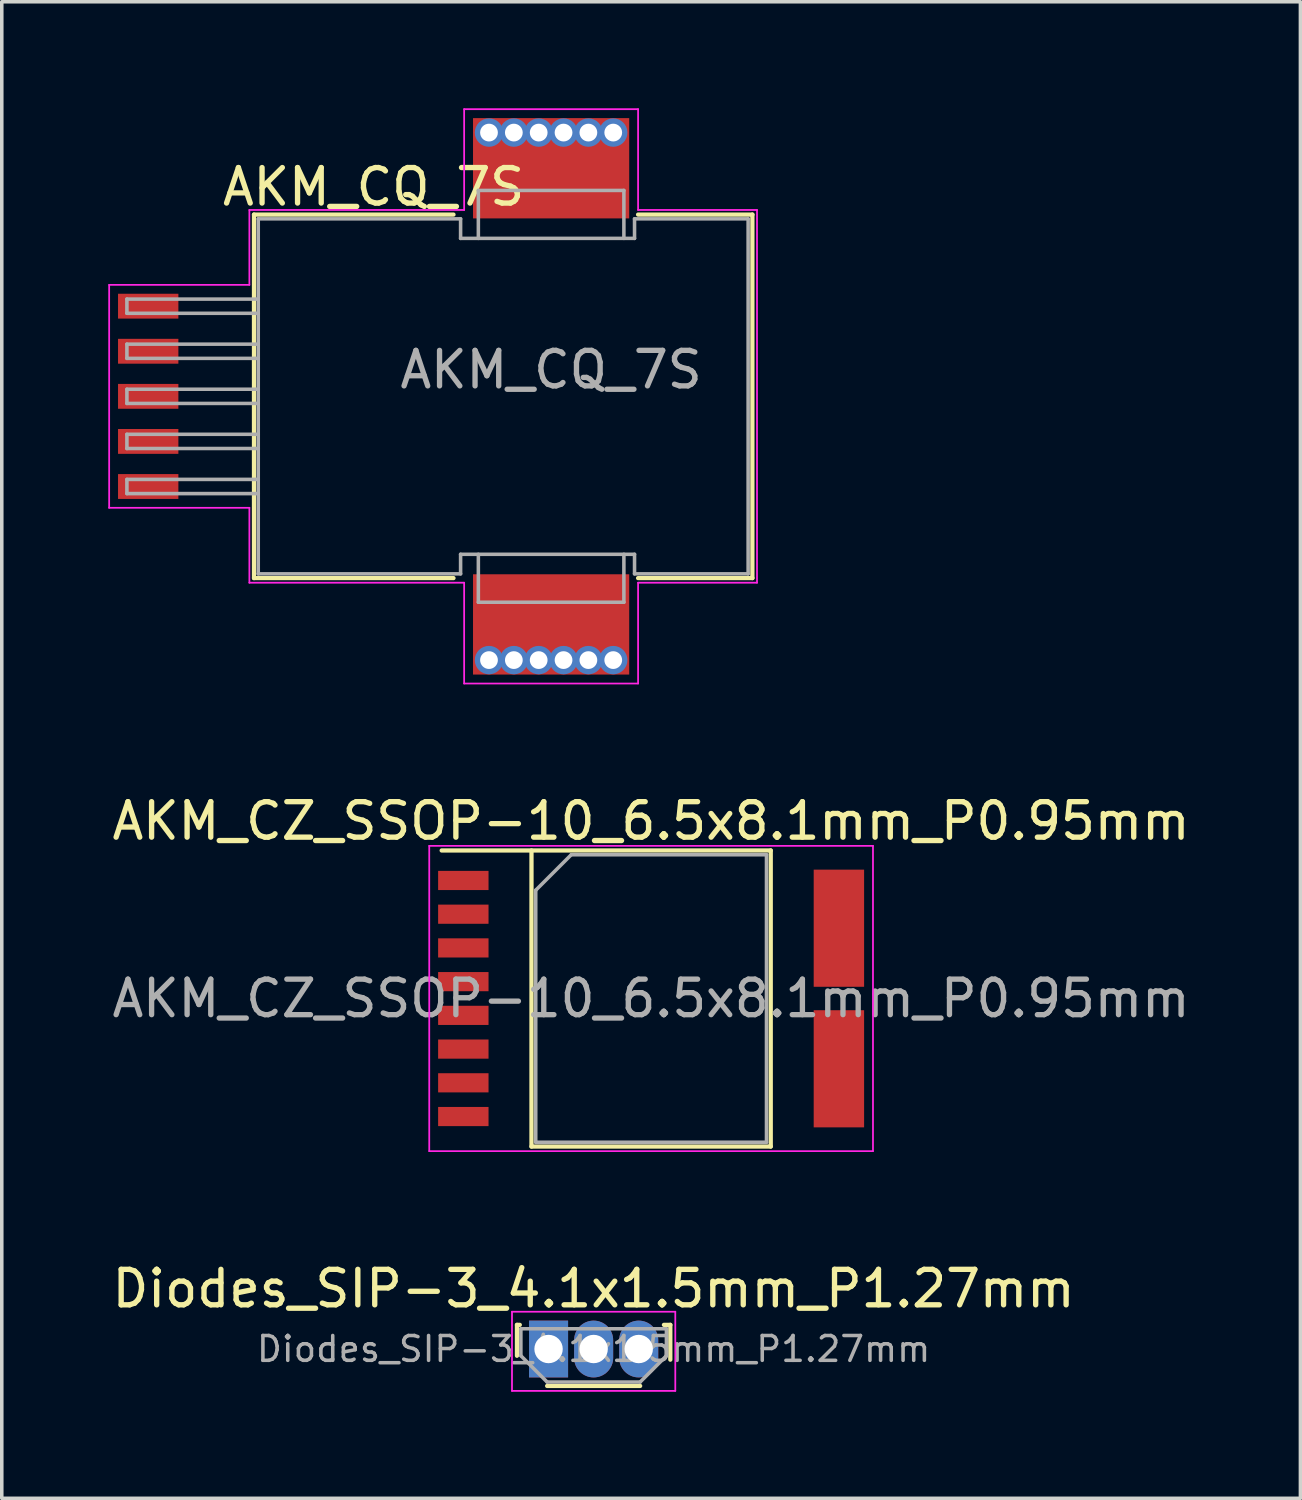
<source format=kicad_pcb>
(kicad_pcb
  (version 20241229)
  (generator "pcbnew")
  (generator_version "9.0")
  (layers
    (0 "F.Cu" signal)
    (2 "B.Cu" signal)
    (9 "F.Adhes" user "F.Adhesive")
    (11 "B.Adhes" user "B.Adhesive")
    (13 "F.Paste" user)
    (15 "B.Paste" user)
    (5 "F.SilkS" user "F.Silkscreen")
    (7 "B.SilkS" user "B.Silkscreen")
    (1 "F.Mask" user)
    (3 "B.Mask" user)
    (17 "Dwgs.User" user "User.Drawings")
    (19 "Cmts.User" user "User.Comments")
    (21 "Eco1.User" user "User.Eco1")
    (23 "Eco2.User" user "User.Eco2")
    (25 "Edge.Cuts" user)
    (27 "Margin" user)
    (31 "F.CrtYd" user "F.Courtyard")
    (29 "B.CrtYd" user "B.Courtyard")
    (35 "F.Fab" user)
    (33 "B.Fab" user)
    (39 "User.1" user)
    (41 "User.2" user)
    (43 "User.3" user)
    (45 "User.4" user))
  (footprint "AKM_CZ_SSOP-10_6.5x8.1mm_P0.95mm"
    (layer "F.Cu")
    (at 15.292 25.078)
    (property "Reference" "AKM_CZ_SSOP-10_6.5x8.1mm_P0.95mm" (at 0 -5 0) (layer "F.SilkS") (effects (font (size 1 1) (thickness 0.15))))
    (attr smd)
    (fp_line (start -3.37 4.17) (end -3.37 -4.17) (stroke (width 0.12) (type solid)) (layer "F.SilkS"))
    (fp_line (start 3.37 -4.17) (end -5.9 -4.17) (stroke (width 0.12) (type solid)) (layer "F.SilkS"))
    (fp_line (start 3.37 -4.17) (end 3.37 4.17) (stroke (width 0.12) (type solid)) (layer "F.SilkS"))
    (fp_line (start 3.37 4.17) (end -3.37 4.17) (stroke (width 0.12) (type solid)) (layer "F.SilkS"))
    (fp_line (start -6.25 -4.3) (end 6.25 -4.3) (stroke (width 0.05) (type solid)) (layer "F.CrtYd"))
    (fp_line (start -6.25 4.3) (end -6.25 -4.3) (stroke (width 0.05) (type solid)) (layer "F.CrtYd"))
    (fp_line (start 6.25 -4.3) (end 6.25 4.3) (stroke (width 0.05) (type solid)) (layer "F.CrtYd"))
    (fp_line (start 6.25 4.3) (end -6.25 4.3) (stroke (width 0.05) (type solid)) (layer "F.CrtYd"))
    (fp_line (start -3.25 -3.05) (end -2.25 -4.05) (stroke (width 0.1) (type solid)) (layer "F.Fab"))
    (fp_line (start -3.25 4.05) (end -3.25 -3.05) (stroke (width 0.1) (type solid)) (layer "F.Fab"))
    (fp_line (start -2.25 -4.05) (end 3.25 -4.05) (stroke (width 0.1) (type solid)) (layer "F.Fab"))
    (fp_line (start 3.25 -4.05) (end 3.25 4.05) (stroke (width 0.1) (type solid)) (layer "F.Fab"))
    (fp_line (start 3.25 4.05) (end -3.25 4.05) (stroke (width 0.1) (type solid)) (layer "F.Fab"))
    (fp_text user "${REFERENCE}" (at 0 0 0) (layer "F.Fab") (effects (font (size 1 1) (thickness 0.15))))
    (pad "1" smd rect (at -5.29 -3.325) (size 1.42 0.54) (layers "F.Cu" "F.Mask" "F.Paste"))
    (pad "2" smd rect (at -5.29 -2.375) (size 1.42 0.54) (layers "F.Cu" "F.Mask" "F.Paste"))
    (pad "3" smd rect (at -5.29 -1.425) (size 1.42 0.54) (layers "F.Cu" "F.Mask" "F.Paste"))
    (pad "4" smd rect (at -5.29 -0.475) (size 1.42 0.54) (layers "F.Cu" "F.Mask" "F.Paste"))
    (pad "5" smd rect (at -5.29 0.475) (size 1.42 0.54) (layers "F.Cu" "F.Mask" "F.Paste"))
    (pad "6" smd rect (at -5.29 1.425) (size 1.42 0.54) (layers "F.Cu" "F.Mask" "F.Paste"))
    (pad "7" smd rect (at -5.29 2.375) (size 1.42 0.54) (layers "F.Cu" "F.Mask" "F.Paste"))
    (pad "8" smd rect (at -5.29 3.325) (size 1.42 0.54) (layers "F.Cu" "F.Mask" "F.Paste"))
    (pad "9" smd rect (at 5.29 1.98) (size 1.42 3.3) (layers "F.Cu" "F.Mask" "F.Paste"))
    (pad "10" smd rect (at 5.29 -1.98) (size 1.42 3.3) (layers "F.Cu" "F.Mask" "F.Paste")))
  (footprint "AKM_CQ_7S"
    (layer "F.Cu")
    (at 7.475 8.115)
    (property "Reference" "AKM_CQ_7S" (at 0 -5.9 0) (layer "F.SilkS") (effects (font (size 1 1) (thickness 0.15))))
    (attr smd)
    (fp_line (start -3.37 -5.12) (end -3.37 5.12) (stroke (width 0.12) (type solid)) (layer "F.SilkS"))
    (fp_line (start 2.25 -5.12) (end -3.37 -5.12) (stroke (width 0.12) (type solid)) (layer "F.SilkS"))
    (fp_line (start 2.25 5.12) (end -3.37 5.12) (stroke (width 0.12) (type solid)) (layer "F.SilkS"))
    (fp_line (start 10.67 -5.12) (end 7.45 -5.12) (stroke (width 0.12) (type solid)) (layer "F.SilkS"))
    (fp_line (start 10.67 5.12) (end 7.45 5.12) (stroke (width 0.12) (type solid)) (layer "F.SilkS"))
    (fp_line (start 10.67 5.12) (end 10.67 -5.12) (stroke (width 0.12) (type solid)) (layer "F.SilkS"))
    (fp_line (start -7.45 -3.14) (end -7.45 3.14) (stroke (width 0.05) (type solid)) (layer "F.CrtYd"))
    (fp_line (start -7.45 -3.14) (end -3.5 -3.14) (stroke (width 0.05) (type solid)) (layer "F.CrtYd"))
    (fp_line (start -7.45 3.14) (end -3.5 3.14) (stroke (width 0.05) (type solid)) (layer "F.CrtYd"))
    (fp_line (start -3.5 -5.25) (end 2.55 -5.25) (stroke (width 0.05) (type solid)) (layer "F.CrtYd"))
    (fp_line (start -3.5 -3.14) (end -3.5 -5.25) (stroke (width 0.05) (type solid)) (layer "F.CrtYd"))
    (fp_line (start -3.5 3.14) (end -3.5 5.25) (stroke (width 0.05) (type solid)) (layer "F.CrtYd"))
    (fp_line (start -3.5 5.25) (end 2.55 5.25) (stroke (width 0.05) (type solid)) (layer "F.CrtYd"))
    (fp_line (start 2.55 -5.25) (end 2.55 -8.09) (stroke (width 0.05) (type solid)) (layer "F.CrtYd"))
    (fp_line (start 2.55 5.25) (end 2.55 8.09) (stroke (width 0.05) (type solid)) (layer "F.CrtYd"))
    (fp_line (start 7.45 -8.09) (end 2.55 -8.09) (stroke (width 0.05) (type solid)) (layer "F.CrtYd"))
    (fp_line (start 7.45 -5.25) (end 7.45 -8.09) (stroke (width 0.05) (type solid)) (layer "F.CrtYd"))
    (fp_line (start 7.45 5.25) (end 7.45 8.09) (stroke (width 0.05) (type solid)) (layer "F.CrtYd"))
    (fp_line (start 7.45 8.09) (end 2.55 8.09) (stroke (width 0.05) (type solid)) (layer "F.CrtYd"))
    (fp_line (start 10.8 -5.25) (end 7.45 -5.25) (stroke (width 0.05) (type solid)) (layer "F.CrtYd"))
    (fp_line (start 10.8 5.25) (end 7.45 5.25) (stroke (width 0.05) (type solid)) (layer "F.CrtYd"))
    (fp_line (start 10.8 5.25) (end 10.8 -5.25) (stroke (width 0.05) (type solid)) (layer "F.CrtYd"))
    (fp_line (start -6.95 -2.74) (end -6.95 -2.34) (stroke (width 0.1) (type solid)) (layer "F.Fab"))
    (fp_line (start -6.95 -2.34) (end -3.25 -2.34) (stroke (width 0.1) (type solid)) (layer "F.Fab"))
    (fp_line (start -6.95 -1.47) (end -6.95 -1.07) (stroke (width 0.1) (type solid)) (layer "F.Fab"))
    (fp_line (start -6.95 -1.07) (end -3.25 -1.07) (stroke (width 0.1) (type solid)) (layer "F.Fab"))
    (fp_line (start -6.95 -0.2) (end -6.95 0.2) (stroke (width 0.1) (type solid)) (layer "F.Fab"))
    (fp_line (start -6.95 0.2) (end -3.25 0.2) (stroke (width 0.1) (type solid)) (layer "F.Fab"))
    (fp_line (start -6.95 1.07) (end -6.95 1.47) (stroke (width 0.1) (type solid)) (layer "F.Fab"))
    (fp_line (start -6.95 1.47) (end -3.25 1.47) (stroke (width 0.1) (type solid)) (layer "F.Fab"))
    (fp_line (start -6.95 2.34) (end -6.95 2.74) (stroke (width 0.1) (type solid)) (layer "F.Fab"))
    (fp_line (start -6.95 2.74) (end -3.25 2.74) (stroke (width 0.1) (type solid)) (layer "F.Fab"))
    (fp_line (start -3.25 -5) (end -3.25 5) (stroke (width 0.1) (type solid)) (layer "F.Fab"))
    (fp_line (start -3.25 -2.74) (end -6.95 -2.74) (stroke (width 0.1) (type solid)) (layer "F.Fab"))
    (fp_line (start -3.25 -1.47) (end -6.95 -1.47) (stroke (width 0.1) (type solid)) (layer "F.Fab"))
    (fp_line (start -3.25 -0.2) (end -6.95 -0.2) (stroke (width 0.1) (type solid)) (layer "F.Fab"))
    (fp_line (start -3.25 1.07) (end -6.95 1.07) (stroke (width 0.1) (type solid)) (layer "F.Fab"))
    (fp_line (start -3.25 2.34) (end -6.95 2.34) (stroke (width 0.1) (type solid)) (layer "F.Fab"))
    (fp_line (start 2.45 -5) (end -3.25 -5) (stroke (width 0.1) (type solid)) (layer "F.Fab"))
    (fp_line (start 2.45 -5) (end 2.45 -4.45) (stroke (width 0.1) (type solid)) (layer "F.Fab"))
    (fp_line (start 2.45 5) (end -3.25 5) (stroke (width 0.1) (type solid)) (layer "F.Fab"))
    (fp_line (start 2.45 5) (end 2.45 4.45) (stroke (width 0.1) (type solid)) (layer "F.Fab"))
    (fp_line (start 2.95 -5.8) (end 2.95 -4.45) (stroke (width 0.1) (type solid)) (layer "F.Fab"))
    (fp_line (start 2.95 5.8) (end 2.95 4.45) (stroke (width 0.1) (type solid)) (layer "F.Fab"))
    (fp_line (start 7.05 -5.8) (end 2.95 -5.8) (stroke (width 0.1) (type solid)) (layer "F.Fab"))
    (fp_line (start 7.05 -4.45) (end 7.05 -5.8) (stroke (width 0.1) (type solid)) (layer "F.Fab"))
    (fp_line (start 7.05 4.45) (end 7.05 5.8) (stroke (width 0.1) (type solid)) (layer "F.Fab"))
    (fp_line (start 7.05 5.8) (end 2.95 5.8) (stroke (width 0.1) (type solid)) (layer "F.Fab"))
    (fp_line (start 7.35 -5) (end 7.35 -4.45) (stroke (width 0.1) (type solid)) (layer "F.Fab"))
    (fp_line (start 7.35 -4.45) (end 2.45 -4.45) (stroke (width 0.1) (type solid)) (layer "F.Fab"))
    (fp_line (start 7.35 4.45) (end 2.45 4.45) (stroke (width 0.1) (type solid)) (layer "F.Fab"))
    (fp_line (start 7.35 5) (end 7.35 4.45) (stroke (width 0.1) (type solid)) (layer "F.Fab"))
    (fp_line (start 10.55 -5) (end 7.35 -5) (stroke (width 0.1) (type solid)) (layer "F.Fab"))
    (fp_line (start 10.55 5) (end 7.35 5) (stroke (width 0.1) (type solid)) (layer "F.Fab"))
    (fp_line (start 10.55 5) (end 10.55 -5) (stroke (width 0.1) (type solid)) (layer "F.Fab"))
    (fp_text user "${REFERENCE}" (at 5 -0.75 0) (layer "F.Fab") (effects (font (size 1 1) (thickness 0.15))))
    (pad "1" smd rect (at -6.35 -2.54) (size 1.7 0.7) (layers "F.Cu" "F.Mask" "F.Paste"))
    (pad "2" smd rect (at -6.35 -1.27) (size 1.7 0.7) (layers "F.Cu" "F.Mask" "F.Paste"))
    (pad "3" smd rect (at -6.35 0) (size 1.7 0.7) (layers "F.Cu" "F.Mask" "F.Paste"))
    (pad "4" smd rect (at -6.35 1.27) (size 1.7 0.7) (layers "F.Cu" "F.Mask" "F.Paste"))
    (pad "5" smd rect (at -6.35 2.54) (size 1.7 0.7) (layers "F.Cu" "F.Mask" "F.Paste"))
    (pad "6" thru_hole circle (at 3.25 7.43) (size 0.8 0.8) (drill 0.5) (layers "*.Cu" "*.Mask"))
    (pad "6" thru_hole circle (at 3.95 7.43) (size 0.8 0.8) (drill 0.5) (layers "*.Cu" "*.Mask"))
    (pad "6" thru_hole circle (at 4.65 7.43) (size 0.8 0.8) (drill 0.5) (layers "*.Cu" "*.Mask"))
    (pad "6" smd rect (at 5 6.425) (size 4.4 2.825) (layers "F.Cu" "F.Mask" "F.Paste"))
    (pad "6" thru_hole circle (at 5.35 7.43) (size 0.8 0.8) (drill 0.5) (layers "*.Cu" "*.Mask"))
    (pad "6" thru_hole circle (at 6.05 7.43) (size 0.8 0.8) (drill 0.5) (layers "*.Cu" "*.Mask"))
    (pad "6" thru_hole circle (at 6.75 7.43) (size 0.8 0.8) (drill 0.5) (layers "*.Cu" "*.Mask"))
    (pad "7" thru_hole circle (at 3.25 -7.43) (size 0.8 0.8) (drill 0.5) (layers "*.Cu" "*.Mask"))
    (pad "7" thru_hole circle (at 3.95 -7.43) (size 0.8 0.8) (drill 0.5) (layers "*.Cu" "*.Mask"))
    (pad "7" thru_hole circle (at 4.65 -7.43) (size 0.8 0.8) (drill 0.5) (layers "*.Cu" "*.Mask"))
    (pad "7" smd rect (at 5 -6.425) (size 4.4 2.825) (layers "F.Cu" "F.Mask" "F.Paste"))
    (pad "7" thru_hole circle (at 5.35 -7.43) (size 0.8 0.8) (drill 0.5) (layers "*.Cu" "*.Mask"))
    (pad "7" thru_hole circle (at 6.05 -7.43) (size 0.8 0.8) (drill 0.5) (layers "*.Cu" "*.Mask"))
    (pad "7" thru_hole circle (at 6.75 -7.43) (size 0.8 0.8) (drill 0.5) (layers "*.Cu" "*.Mask")))
  (footprint "Diodes_SIP-3_4.1x1.5mm_P1.27mm"
    (layer "F.Cu")
    (at 12.403 34.952)
    (property "Reference" "Diodes_SIP-3_4.1x1.5mm_P1.27mm" (at 1.27 -1.7 0) (layer "F.SilkS") (effects (font (size 1 1) (thickness 0.15))))
    (attr through_hole)
    (fp_line (start -0.89 -0.68) (end -0.89 0.19) (stroke (width 0.12) (type solid)) (layer "F.SilkS"))
    (fp_line (start -0.81 -0.68) (end -0.89 -0.68) (stroke (width 0.12) (type solid)) (layer "F.SilkS"))
    (fp_line (start -0.04 1.04) (end 2.58 1.04) (stroke (width 0.12) (type solid)) (layer "F.SilkS"))
    (fp_line (start 3.25 -0.68) (end 3.43 -0.68) (stroke (width 0.12) (type solid)) (layer "F.SilkS"))
    (fp_line (start 3.43 -0.68) (end 3.43 0.3) (stroke (width 0.12) (type solid)) (layer "F.SilkS"))
    (fp_line (start -1.03 -1.05) (end -1.03 1.18) (stroke (width 0.05) (type solid)) (layer "F.CrtYd"))
    (fp_line (start -1.03 1.18) (end 3.57 1.18) (stroke (width 0.05) (type solid)) (layer "F.CrtYd"))
    (fp_line (start 3.57 -1.05) (end -1.03 -1.05) (stroke (width 0.05) (type solid)) (layer "F.CrtYd"))
    (fp_line (start 3.57 -1.05) (end 3.57 1.18) (stroke (width 0.05) (type solid)) (layer "F.CrtYd"))
    (fp_line (start -0.78 -0.57) (end -0.78 0.19) (stroke (width 0.1) (type solid)) (layer "F.Fab"))
    (fp_line (start -0.78 -0.57) (end 3.32 -0.57) (stroke (width 0.1) (type solid)) (layer "F.Fab"))
    (fp_line (start -0.78 0.19) (end -0.04 0.93) (stroke (width 0.1) (type solid)) (layer "F.Fab"))
    (fp_line (start -0.04 0.93) (end 2.58 0.93) (stroke (width 0.1) (type solid)) (layer "F.Fab"))
    (fp_line (start 3.32 -0.57) (end 3.32 0.19) (stroke (width 0.1) (type solid)) (layer "F.Fab"))
    (fp_line (start 3.32 0.19) (end 2.58 0.93) (stroke (width 0.1) (type solid)) (layer "F.Fab"))
    (fp_text user "${REFERENCE}" (at 1.27 0 0) (layer "F.Fab") (effects (font (size 0.7 0.7) (thickness 0.1))))
    (pad "1" thru_hole rect (at 0 0) (size 1.1 1.6) (drill 0.8) (layers "*.Cu" "*.Mask"))
    (pad "2" thru_hole oval (at 1.27 0) (size 1.1 1.6) (drill 0.8) (layers "*.Cu" "*.Mask"))
    (pad "3" thru_hole oval (at 2.54 0) (size 1.1 1.6) (drill 0.8) (layers "*.Cu" "*.Mask")))
  (gr_rect
    (start -3 -3)
    (end 33.583 39.157)
    (stroke (width 0.1) (type default))
    (fill no)
    (layer "Edge.Cuts")))
</source>
